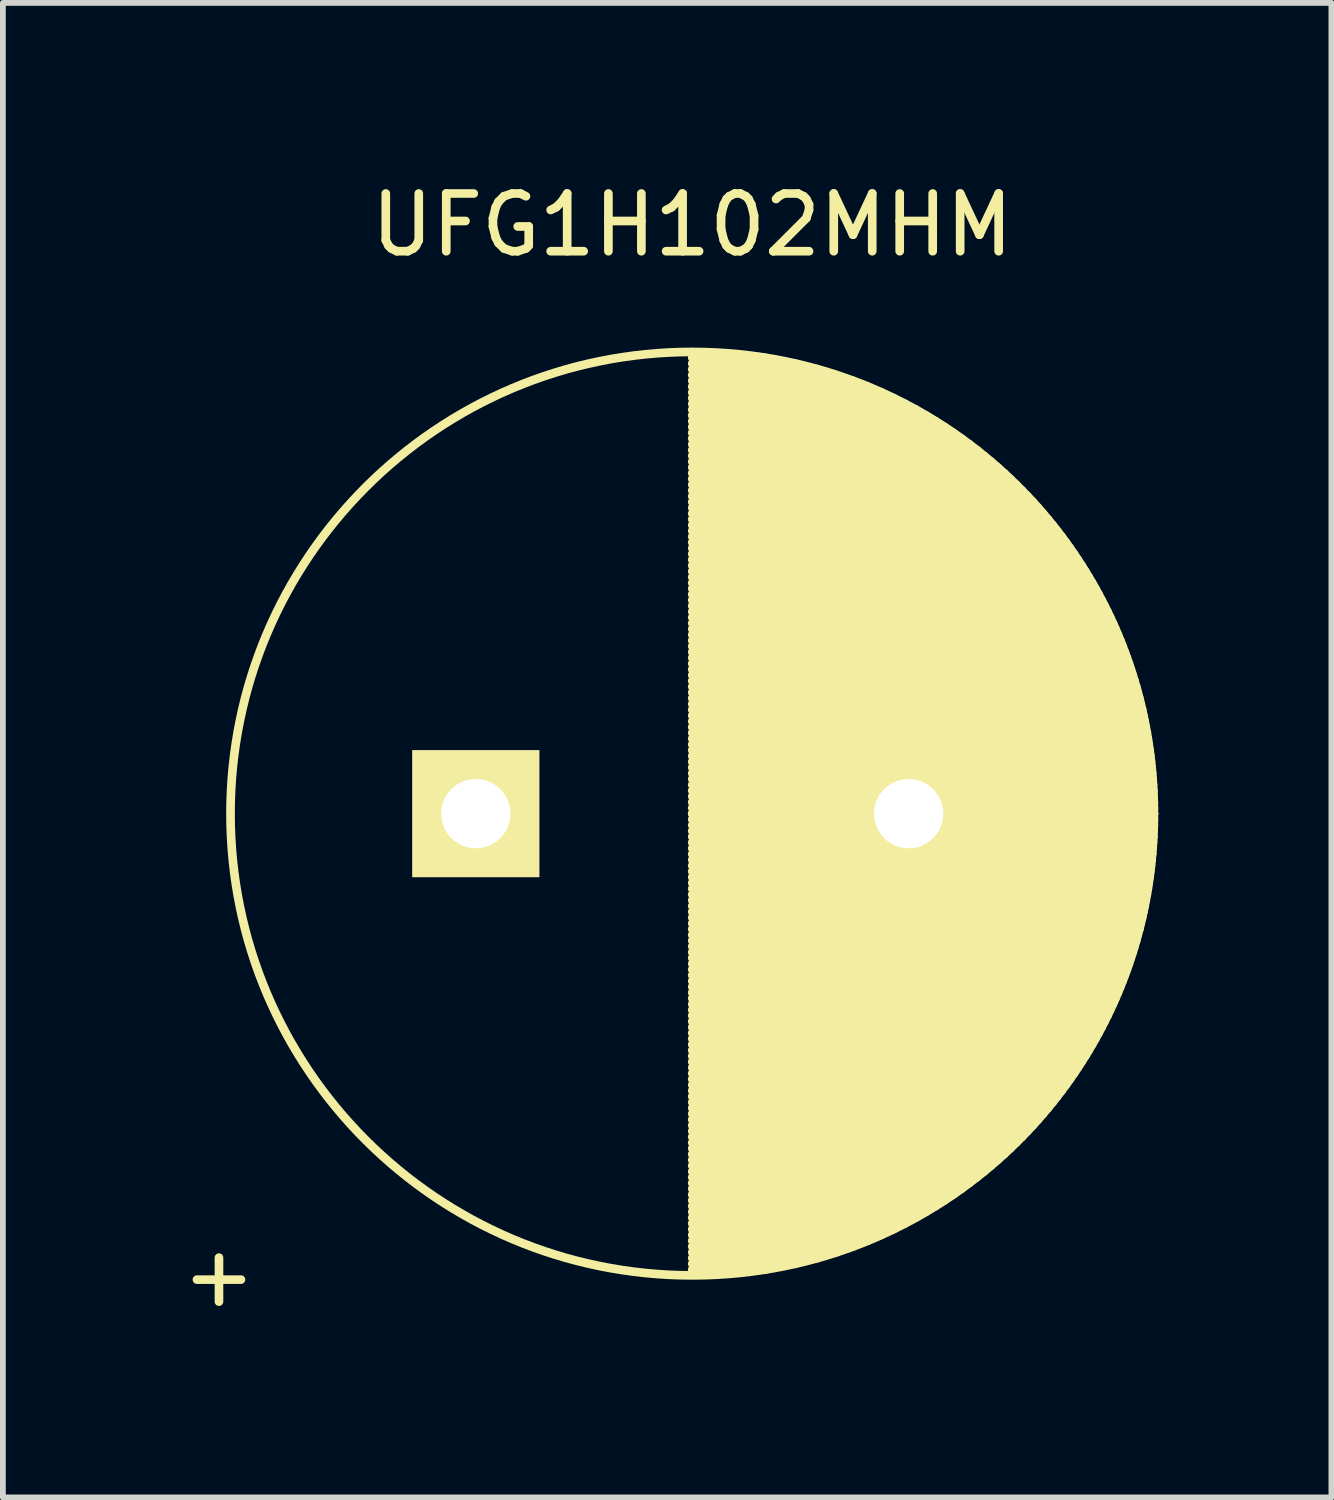
<source format=kicad_pcb>
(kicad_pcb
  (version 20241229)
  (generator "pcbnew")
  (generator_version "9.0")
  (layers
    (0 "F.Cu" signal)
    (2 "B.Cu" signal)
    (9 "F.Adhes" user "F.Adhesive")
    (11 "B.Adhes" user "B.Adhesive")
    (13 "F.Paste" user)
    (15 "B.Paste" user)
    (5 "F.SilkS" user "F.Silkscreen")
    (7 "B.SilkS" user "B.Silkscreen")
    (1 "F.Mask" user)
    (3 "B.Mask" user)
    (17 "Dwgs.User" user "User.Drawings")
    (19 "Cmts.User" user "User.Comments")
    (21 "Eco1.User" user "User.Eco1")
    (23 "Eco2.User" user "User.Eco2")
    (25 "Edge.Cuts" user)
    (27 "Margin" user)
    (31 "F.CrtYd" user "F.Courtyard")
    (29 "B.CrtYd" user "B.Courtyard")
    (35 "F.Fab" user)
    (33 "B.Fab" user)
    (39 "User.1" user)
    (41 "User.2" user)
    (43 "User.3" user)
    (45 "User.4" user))
  (footprint "UFG1H102MHM"
    (layer "F.Cu")
    (at 5.194 11.048)
    (property "Reference" "UFG1H102MHM" (at 3.75 -10.2 0) (layer "F.SilkS") (effects (font (size 1 1) (thickness 0.15))))
    (attr through_hole)
    (fp_line (start 3.75 -7.9) (end 5.011 -7.9) (stroke (width 0.15) (type solid)) (layer "F.SilkS"))
    (fp_line (start 3.75 -7.8) (end 5.528 -7.8) (stroke (width 0.15) (type solid)) (layer "F.SilkS"))
    (fp_line (start 3.75 -7.7) (end 5.92 -7.7) (stroke (width 0.15) (type solid)) (layer "F.SilkS"))
    (fp_line (start 3.75 -7.6) (end 6.248 -7.6) (stroke (width 0.15) (type solid)) (layer "F.SilkS"))
    (fp_line (start 3.75 -7.5) (end 6.534 -7.5) (stroke (width 0.15) (type solid)) (layer "F.SilkS"))
    (fp_line (start 3.75 -7.4) (end 6.79 -7.4) (stroke (width 0.15) (type solid)) (layer "F.SilkS"))
    (fp_line (start 3.75 -7.3) (end 7.023 -7.3) (stroke (width 0.15) (type solid)) (layer "F.SilkS"))
    (fp_line (start 3.75 -7.2) (end 7.237 -7.2) (stroke (width 0.15) (type solid)) (layer "F.SilkS"))
    (fp_line (start 3.75 -7.1) (end 7.436 -7.1) (stroke (width 0.15) (type solid)) (layer "F.SilkS"))
    (fp_line (start 3.75 -7) (end 7.623 -7) (stroke (width 0.15) (type solid)) (layer "F.SilkS"))
    (fp_line (start 3.75 -6.9) (end 7.798 -6.9) (stroke (width 0.15) (type solid)) (layer "F.SilkS"))
    (fp_line (start 3.75 -6.8) (end 7.964 -6.8) (stroke (width 0.15) (type solid)) (layer "F.SilkS"))
    (fp_line (start 3.75 -6.7) (end 8.121 -6.7) (stroke (width 0.15) (type solid)) (layer "F.SilkS"))
    (fp_line (start 3.75 -6.6) (end 8.271 -6.6) (stroke (width 0.15) (type solid)) (layer "F.SilkS"))
    (fp_line (start 3.75 -6.5) (end 8.414 -6.5) (stroke (width 0.15) (type solid)) (layer "F.SilkS"))
    (fp_line (start 3.75 -6.4) (end 8.55 -6.4) (stroke (width 0.15) (type solid)) (layer "F.SilkS"))
    (fp_line (start 3.75 -6.3) (end 8.681 -6.3) (stroke (width 0.15) (type solid)) (layer "F.SilkS"))
    (fp_line (start 3.75 -6.2) (end 8.806 -6.2) (stroke (width 0.15) (type solid)) (layer "F.SilkS"))
    (fp_line (start 3.75 -6.1) (end 8.926 -6.1) (stroke (width 0.15) (type solid)) (layer "F.SilkS"))
    (fp_line (start 3.75 -6) (end 9.042 -6) (stroke (width 0.15) (type solid)) (layer "F.SilkS"))
    (fp_line (start 3.75 -5.9) (end 9.153 -5.9) (stroke (width 0.15) (type solid)) (layer "F.SilkS"))
    (fp_line (start 3.75 -5.8) (end 9.26 -5.8) (stroke (width 0.15) (type solid)) (layer "F.SilkS"))
    (fp_line (start 3.75 -5.7) (end 9.363 -5.7) (stroke (width 0.15) (type solid)) (layer "F.SilkS"))
    (fp_line (start 3.75 -5.6) (end 9.463 -5.6) (stroke (width 0.15) (type solid)) (layer "F.SilkS"))
    (fp_line (start 3.75 -5.5) (end 9.559 -5.5) (stroke (width 0.15) (type solid)) (layer "F.SilkS"))
    (fp_line (start 3.75 -5.4) (end 9.653 -5.4) (stroke (width 0.15) (type solid)) (layer "F.SilkS"))
    (fp_line (start 3.75 -5.3) (end 9.742 -5.3) (stroke (width 0.15) (type solid)) (layer "F.SilkS"))
    (fp_line (start 3.75 -5.2) (end 9.829 -5.2) (stroke (width 0.15) (type solid)) (layer "F.SilkS"))
    (fp_line (start 3.75 -5.1) (end 9.914 -5.1) (stroke (width 0.15) (type solid)) (layer "F.SilkS"))
    (fp_line (start 3.75 -5) (end 9.995 -5) (stroke (width 0.15) (type solid)) (layer "F.SilkS"))
    (fp_line (start 3.75 -4.9) (end 10.074 -4.9) (stroke (width 0.15) (type solid)) (layer "F.SilkS"))
    (fp_line (start 3.75 -4.8) (end 10.15 -4.8) (stroke (width 0.15) (type solid)) (layer "F.SilkS"))
    (fp_line (start 3.75 -4.7) (end 10.224 -4.7) (stroke (width 0.15) (type solid)) (layer "F.SilkS"))
    (fp_line (start 3.75 -4.6) (end 10.295 -4.6) (stroke (width 0.15) (type solid)) (layer "F.SilkS"))
    (fp_line (start 3.75 -4.5) (end 10.364 -4.5) (stroke (width 0.15) (type solid)) (layer "F.SilkS"))
    (fp_line (start 3.75 -4.4) (end 10.431 -4.4) (stroke (width 0.15) (type solid)) (layer "F.SilkS"))
    (fp_line (start 3.75 -4.3) (end 10.496 -4.3) (stroke (width 0.15) (type solid)) (layer "F.SilkS"))
    (fp_line (start 3.75 -4.2) (end 10.559 -4.2) (stroke (width 0.15) (type solid)) (layer "F.SilkS"))
    (fp_line (start 3.75 -4.1) (end 10.619 -4.1) (stroke (width 0.15) (type solid)) (layer "F.SilkS"))
    (fp_line (start 3.75 -4) (end 10.678 -4) (stroke (width 0.15) (type solid)) (layer "F.SilkS"))
    (fp_line (start 3.75 -3.9) (end 10.735 -3.9) (stroke (width 0.15) (type solid)) (layer "F.SilkS"))
    (fp_line (start 3.75 -3.8) (end 10.79 -3.8) (stroke (width 0.15) (type solid)) (layer "F.SilkS"))
    (fp_line (start 3.75 -3.7) (end 10.843 -3.7) (stroke (width 0.15) (type solid)) (layer "F.SilkS"))
    (fp_line (start 3.75 -3.6) (end 10.894 -3.6) (stroke (width 0.15) (type solid)) (layer "F.SilkS"))
    (fp_line (start 3.75 -3.5) (end 10.944 -3.5) (stroke (width 0.15) (type solid)) (layer "F.SilkS"))
    (fp_line (start 3.75 -3.4) (end 10.992 -3.4) (stroke (width 0.15) (type solid)) (layer "F.SilkS"))
    (fp_line (start 3.75 -3.3) (end 11.038 -3.3) (stroke (width 0.15) (type solid)) (layer "F.SilkS"))
    (fp_line (start 3.75 -3.2) (end 11.082 -3.2) (stroke (width 0.15) (type solid)) (layer "F.SilkS"))
    (fp_line (start 3.75 -3.1) (end 11.125 -3.1) (stroke (width 0.15) (type solid)) (layer "F.SilkS"))
    (fp_line (start 3.75 -3) (end 11.166 -3) (stroke (width 0.15) (type solid)) (layer "F.SilkS"))
    (fp_line (start 3.75 -2.9) (end 11.206 -2.9) (stroke (width 0.15) (type solid)) (layer "F.SilkS"))
    (fp_line (start 3.75 -2.8) (end 11.244 -2.8) (stroke (width 0.15) (type solid)) (layer "F.SilkS"))
    (fp_line (start 3.75 -2.7) (end 11.281 -2.7) (stroke (width 0.15) (type solid)) (layer "F.SilkS"))
    (fp_line (start 3.75 -2.6) (end 11.316 -2.6) (stroke (width 0.15) (type solid)) (layer "F.SilkS"))
    (fp_line (start 3.75 -2.5) (end 11.349 -2.5) (stroke (width 0.15) (type solid)) (layer "F.SilkS"))
    (fp_line (start 3.75 -2.4) (end 11.382 -2.4) (stroke (width 0.15) (type solid)) (layer "F.SilkS"))
    (fp_line (start 3.75 -2.3) (end 11.412 -2.3) (stroke (width 0.15) (type solid)) (layer "F.SilkS"))
    (fp_line (start 3.75 -2.2) (end 11.442 -2.2) (stroke (width 0.15) (type solid)) (layer "F.SilkS"))
    (fp_line (start 3.75 -2.1) (end 11.469 -2.1) (stroke (width 0.15) (type solid)) (layer "F.SilkS"))
    (fp_line (start 3.75 -2) (end 11.496 -2) (stroke (width 0.15) (type solid)) (layer "F.SilkS"))
    (fp_line (start 3.75 -1.9) (end 11.521 -1.9) (stroke (width 0.15) (type solid)) (layer "F.SilkS"))
    (fp_line (start 3.75 -1.8) (end 11.545 -1.8) (stroke (width 0.15) (type solid)) (layer "F.SilkS"))
    (fp_line (start 3.75 -1.7) (end 11.567 -1.7) (stroke (width 0.15) (type solid)) (layer "F.SilkS"))
    (fp_line (start 3.75 -1.6) (end 11.588 -1.6) (stroke (width 0.15) (type solid)) (layer "F.SilkS"))
    (fp_line (start 3.75 -1.5) (end 11.608 -1.5) (stroke (width 0.15) (type solid)) (layer "F.SilkS"))
    (fp_line (start 3.75 -1.4) (end 11.627 -1.4) (stroke (width 0.15) (type solid)) (layer "F.SilkS"))
    (fp_line (start 3.75 -1.3) (end 11.644 -1.3) (stroke (width 0.15) (type solid)) (layer "F.SilkS"))
    (fp_line (start 3.75 -1.2) (end 11.659 -1.2) (stroke (width 0.15) (type solid)) (layer "F.SilkS"))
    (fp_line (start 3.75 -1.1) (end 11.674 -1.1) (stroke (width 0.15) (type solid)) (layer "F.SilkS"))
    (fp_line (start 3.75 -1) (end 11.687 -1) (stroke (width 0.15) (type solid)) (layer "F.SilkS"))
    (fp_line (start 3.75 -0.9) (end 11.699 -0.9) (stroke (width 0.15) (type solid)) (layer "F.SilkS"))
    (fp_line (start 3.75 -0.8) (end 11.71 -0.8) (stroke (width 0.15) (type solid)) (layer "F.SilkS"))
    (fp_line (start 3.75 -0.7) (end 11.719 -0.7) (stroke (width 0.15) (type solid)) (layer "F.SilkS"))
    (fp_line (start 3.75 -0.6) (end 11.727 -0.6) (stroke (width 0.15) (type solid)) (layer "F.SilkS"))
    (fp_line (start 3.75 -0.5) (end 11.734 -0.5) (stroke (width 0.15) (type solid)) (layer "F.SilkS"))
    (fp_line (start 3.75 -0.4) (end 11.74 -0.4) (stroke (width 0.15) (type solid)) (layer "F.SilkS"))
    (fp_line (start 3.75 -0.3) (end 11.744 -0.3) (stroke (width 0.15) (type solid)) (layer "F.SilkS"))
    (fp_line (start 3.75 -0.2) (end 11.748 -0.2) (stroke (width 0.15) (type solid)) (layer "F.SilkS"))
    (fp_line (start 3.75 -0.1) (end 11.749 -0.1) (stroke (width 0.15) (type solid)) (layer "F.SilkS"))
    (fp_line (start 3.75 0) (end 11.75 0) (stroke (width 0.15) (type solid)) (layer "F.SilkS"))
    (fp_line (start 3.75 0) (end 11.75 0) (stroke (width 0.15) (type solid)) (layer "F.SilkS"))
    (fp_line (start 3.75 0.1) (end 11.749 0.1) (stroke (width 0.15) (type solid)) (layer "F.SilkS"))
    (fp_line (start 3.75 0.2) (end 11.748 0.2) (stroke (width 0.15) (type solid)) (layer "F.SilkS"))
    (fp_line (start 3.75 0.3) (end 11.744 0.3) (stroke (width 0.15) (type solid)) (layer "F.SilkS"))
    (fp_line (start 3.75 0.4) (end 11.74 0.4) (stroke (width 0.15) (type solid)) (layer "F.SilkS"))
    (fp_line (start 3.75 0.5) (end 11.734 0.5) (stroke (width 0.15) (type solid)) (layer "F.SilkS"))
    (fp_line (start 3.75 0.6) (end 11.727 0.6) (stroke (width 0.15) (type solid)) (layer "F.SilkS"))
    (fp_line (start 3.75 0.7) (end 11.719 0.7) (stroke (width 0.15) (type solid)) (layer "F.SilkS"))
    (fp_line (start 3.75 0.8) (end 11.71 0.8) (stroke (width 0.15) (type solid)) (layer "F.SilkS"))
    (fp_line (start 3.75 0.9) (end 11.699 0.9) (stroke (width 0.15) (type solid)) (layer "F.SilkS"))
    (fp_line (start 3.75 1) (end 11.687 1) (stroke (width 0.15) (type solid)) (layer "F.SilkS"))
    (fp_line (start 3.75 1.1) (end 11.674 1.1) (stroke (width 0.15) (type solid)) (layer "F.SilkS"))
    (fp_line (start 3.75 1.2) (end 11.659 1.2) (stroke (width 0.15) (type solid)) (layer "F.SilkS"))
    (fp_line (start 3.75 1.3) (end 11.644 1.3) (stroke (width 0.15) (type solid)) (layer "F.SilkS"))
    (fp_line (start 3.75 1.4) (end 11.627 1.4) (stroke (width 0.15) (type solid)) (layer "F.SilkS"))
    (fp_line (start 3.75 1.5) (end 11.608 1.5) (stroke (width 0.15) (type solid)) (layer "F.SilkS"))
    (fp_line (start 3.75 1.6) (end 11.588 1.6) (stroke (width 0.15) (type solid)) (layer "F.SilkS"))
    (fp_line (start 3.75 1.7) (end 11.567 1.7) (stroke (width 0.15) (type solid)) (layer "F.SilkS"))
    (fp_line (start 3.75 1.8) (end 11.545 1.8) (stroke (width 0.15) (type solid)) (layer "F.SilkS"))
    (fp_line (start 3.75 1.9) (end 11.521 1.9) (stroke (width 0.15) (type solid)) (layer "F.SilkS"))
    (fp_line (start 3.75 2) (end 11.496 2) (stroke (width 0.15) (type solid)) (layer "F.SilkS"))
    (fp_line (start 3.75 2.1) (end 11.469 2.1) (stroke (width 0.15) (type solid)) (layer "F.SilkS"))
    (fp_line (start 3.75 2.2) (end 11.442 2.2) (stroke (width 0.15) (type solid)) (layer "F.SilkS"))
    (fp_line (start 3.75 2.3) (end 11.412 2.3) (stroke (width 0.15) (type solid)) (layer "F.SilkS"))
    (fp_line (start 3.75 2.4) (end 11.382 2.4) (stroke (width 0.15) (type solid)) (layer "F.SilkS"))
    (fp_line (start 3.75 2.5) (end 11.349 2.5) (stroke (width 0.15) (type solid)) (layer "F.SilkS"))
    (fp_line (start 3.75 2.6) (end 11.316 2.6) (stroke (width 0.15) (type solid)) (layer "F.SilkS"))
    (fp_line (start 3.75 2.7) (end 11.281 2.7) (stroke (width 0.15) (type solid)) (layer "F.SilkS"))
    (fp_line (start 3.75 2.8) (end 11.244 2.8) (stroke (width 0.15) (type solid)) (layer "F.SilkS"))
    (fp_line (start 3.75 2.9) (end 11.206 2.9) (stroke (width 0.15) (type solid)) (layer "F.SilkS"))
    (fp_line (start 3.75 3) (end 11.166 3) (stroke (width 0.15) (type solid)) (layer "F.SilkS"))
    (fp_line (start 3.75 3.1) (end 11.125 3.1) (stroke (width 0.15) (type solid)) (layer "F.SilkS"))
    (fp_line (start 3.75 3.2) (end 11.082 3.2) (stroke (width 0.15) (type solid)) (layer "F.SilkS"))
    (fp_line (start 3.75 3.3) (end 11.038 3.3) (stroke (width 0.15) (type solid)) (layer "F.SilkS"))
    (fp_line (start 3.75 3.4) (end 10.992 3.4) (stroke (width 0.15) (type solid)) (layer "F.SilkS"))
    (fp_line (start 3.75 3.5) (end 10.944 3.5) (stroke (width 0.15) (type solid)) (layer "F.SilkS"))
    (fp_line (start 3.75 3.6) (end 10.894 3.6) (stroke (width 0.15) (type solid)) (layer "F.SilkS"))
    (fp_line (start 3.75 3.7) (end 10.843 3.7) (stroke (width 0.15) (type solid)) (layer "F.SilkS"))
    (fp_line (start 3.75 3.8) (end 10.79 3.8) (stroke (width 0.15) (type solid)) (layer "F.SilkS"))
    (fp_line (start 3.75 3.9) (end 10.735 3.9) (stroke (width 0.15) (type solid)) (layer "F.SilkS"))
    (fp_line (start 3.75 4) (end 10.678 4) (stroke (width 0.15) (type solid)) (layer "F.SilkS"))
    (fp_line (start 3.75 4.1) (end 10.619 4.1) (stroke (width 0.15) (type solid)) (layer "F.SilkS"))
    (fp_line (start 3.75 4.2) (end 10.559 4.2) (stroke (width 0.15) (type solid)) (layer "F.SilkS"))
    (fp_line (start 3.75 4.3) (end 10.496 4.3) (stroke (width 0.15) (type solid)) (layer "F.SilkS"))
    (fp_line (start 3.75 4.4) (end 10.431 4.4) (stroke (width 0.15) (type solid)) (layer "F.SilkS"))
    (fp_line (start 3.75 4.5) (end 10.364 4.5) (stroke (width 0.15) (type solid)) (layer "F.SilkS"))
    (fp_line (start 3.75 4.6) (end 10.295 4.6) (stroke (width 0.15) (type solid)) (layer "F.SilkS"))
    (fp_line (start 3.75 4.7) (end 10.224 4.7) (stroke (width 0.15) (type solid)) (layer "F.SilkS"))
    (fp_line (start 3.75 4.8) (end 10.15 4.8) (stroke (width 0.15) (type solid)) (layer "F.SilkS"))
    (fp_line (start 3.75 4.9) (end 10.074 4.9) (stroke (width 0.15) (type solid)) (layer "F.SilkS"))
    (fp_line (start 3.75 5) (end 9.995 5) (stroke (width 0.15) (type solid)) (layer "F.SilkS"))
    (fp_line (start 3.75 5.1) (end 9.914 5.1) (stroke (width 0.15) (type solid)) (layer "F.SilkS"))
    (fp_line (start 3.75 5.2) (end 9.829 5.2) (stroke (width 0.15) (type solid)) (layer "F.SilkS"))
    (fp_line (start 3.75 5.3) (end 9.742 5.3) (stroke (width 0.15) (type solid)) (layer "F.SilkS"))
    (fp_line (start 3.75 5.4) (end 9.653 5.4) (stroke (width 0.15) (type solid)) (layer "F.SilkS"))
    (fp_line (start 3.75 5.5) (end 9.559 5.5) (stroke (width 0.15) (type solid)) (layer "F.SilkS"))
    (fp_line (start 3.75 5.6) (end 9.463 5.6) (stroke (width 0.15) (type solid)) (layer "F.SilkS"))
    (fp_line (start 3.75 5.7) (end 9.363 5.7) (stroke (width 0.15) (type solid)) (layer "F.SilkS"))
    (fp_line (start 3.75 5.8) (end 9.26 5.8) (stroke (width 0.15) (type solid)) (layer "F.SilkS"))
    (fp_line (start 3.75 5.9) (end 9.153 5.9) (stroke (width 0.15) (type solid)) (layer "F.SilkS"))
    (fp_line (start 3.75 6) (end 9.042 6) (stroke (width 0.15) (type solid)) (layer "F.SilkS"))
    (fp_line (start 3.75 6.1) (end 8.926 6.1) (stroke (width 0.15) (type solid)) (layer "F.SilkS"))
    (fp_line (start 3.75 6.2) (end 8.806 6.2) (stroke (width 0.15) (type solid)) (layer "F.SilkS"))
    (fp_line (start 3.75 6.3) (end 8.681 6.3) (stroke (width 0.15) (type solid)) (layer "F.SilkS"))
    (fp_line (start 3.75 6.4) (end 8.55 6.4) (stroke (width 0.15) (type solid)) (layer "F.SilkS"))
    (fp_line (start 3.75 6.5) (end 8.414 6.5) (stroke (width 0.15) (type solid)) (layer "F.SilkS"))
    (fp_line (start 3.75 6.6) (end 8.271 6.6) (stroke (width 0.15) (type solid)) (layer "F.SilkS"))
    (fp_line (start 3.75 6.7) (end 8.121 6.7) (stroke (width 0.15) (type solid)) (layer "F.SilkS"))
    (fp_line (start 3.75 6.8) (end 7.964 6.8) (stroke (width 0.15) (type solid)) (layer "F.SilkS"))
    (fp_line (start 3.75 6.9) (end 7.798 6.9) (stroke (width 0.15) (type solid)) (layer "F.SilkS"))
    (fp_line (start 3.75 7) (end 7.623 7) (stroke (width 0.15) (type solid)) (layer "F.SilkS"))
    (fp_line (start 3.75 7.1) (end 7.436 7.1) (stroke (width 0.15) (type solid)) (layer "F.SilkS"))
    (fp_line (start 3.75 7.2) (end 7.237 7.2) (stroke (width 0.15) (type solid)) (layer "F.SilkS"))
    (fp_line (start 3.75 7.3) (end 7.023 7.3) (stroke (width 0.15) (type solid)) (layer "F.SilkS"))
    (fp_line (start 3.75 7.4) (end 6.79 7.4) (stroke (width 0.15) (type solid)) (layer "F.SilkS"))
    (fp_line (start 3.75 7.5) (end 6.534 7.5) (stroke (width 0.15) (type solid)) (layer "F.SilkS"))
    (fp_line (start 3.75 7.6) (end 6.248 7.6) (stroke (width 0.15) (type solid)) (layer "F.SilkS"))
    (fp_line (start 3.75 7.7) (end 5.92 7.7) (stroke (width 0.15) (type solid)) (layer "F.SilkS"))
    (fp_line (start 3.75 7.8) (end 5.528 7.8) (stroke (width 0.15) (type solid)) (layer "F.SilkS"))
    (fp_line (start 3.75 7.9) (end 5.011 7.9) (stroke (width 0.15) (type solid)) (layer "F.SilkS"))
    (fp_circle (center 3.75 0) (end 3.75 -8) (stroke (width 0.15) (type solid)) (fill no) (layer "F.SilkS"))
    (fp_text user "+" (at -4.45 8 0) (layer "F.SilkS") (effects (font (size 1 1) (thickness 0.15))))
    (pad "1" thru_hole rect (at 0 0) (size 2.2 2.2) (drill 1.2) (layers "*.Cu" "*.Mask" "F.SilkS"))
    (pad "2" thru_hole circle (at 7.5 0) (size 2.2 2.2) (drill 1.2) (layers "*.Cu" "*.Mask" "F.SilkS")))
  (gr_rect
    (start -3 -3)
    (end 20.019 22.896)
    (stroke (width 0.1) (type default))
    (fill no)
    (layer "Edge.Cuts")))
</source>
